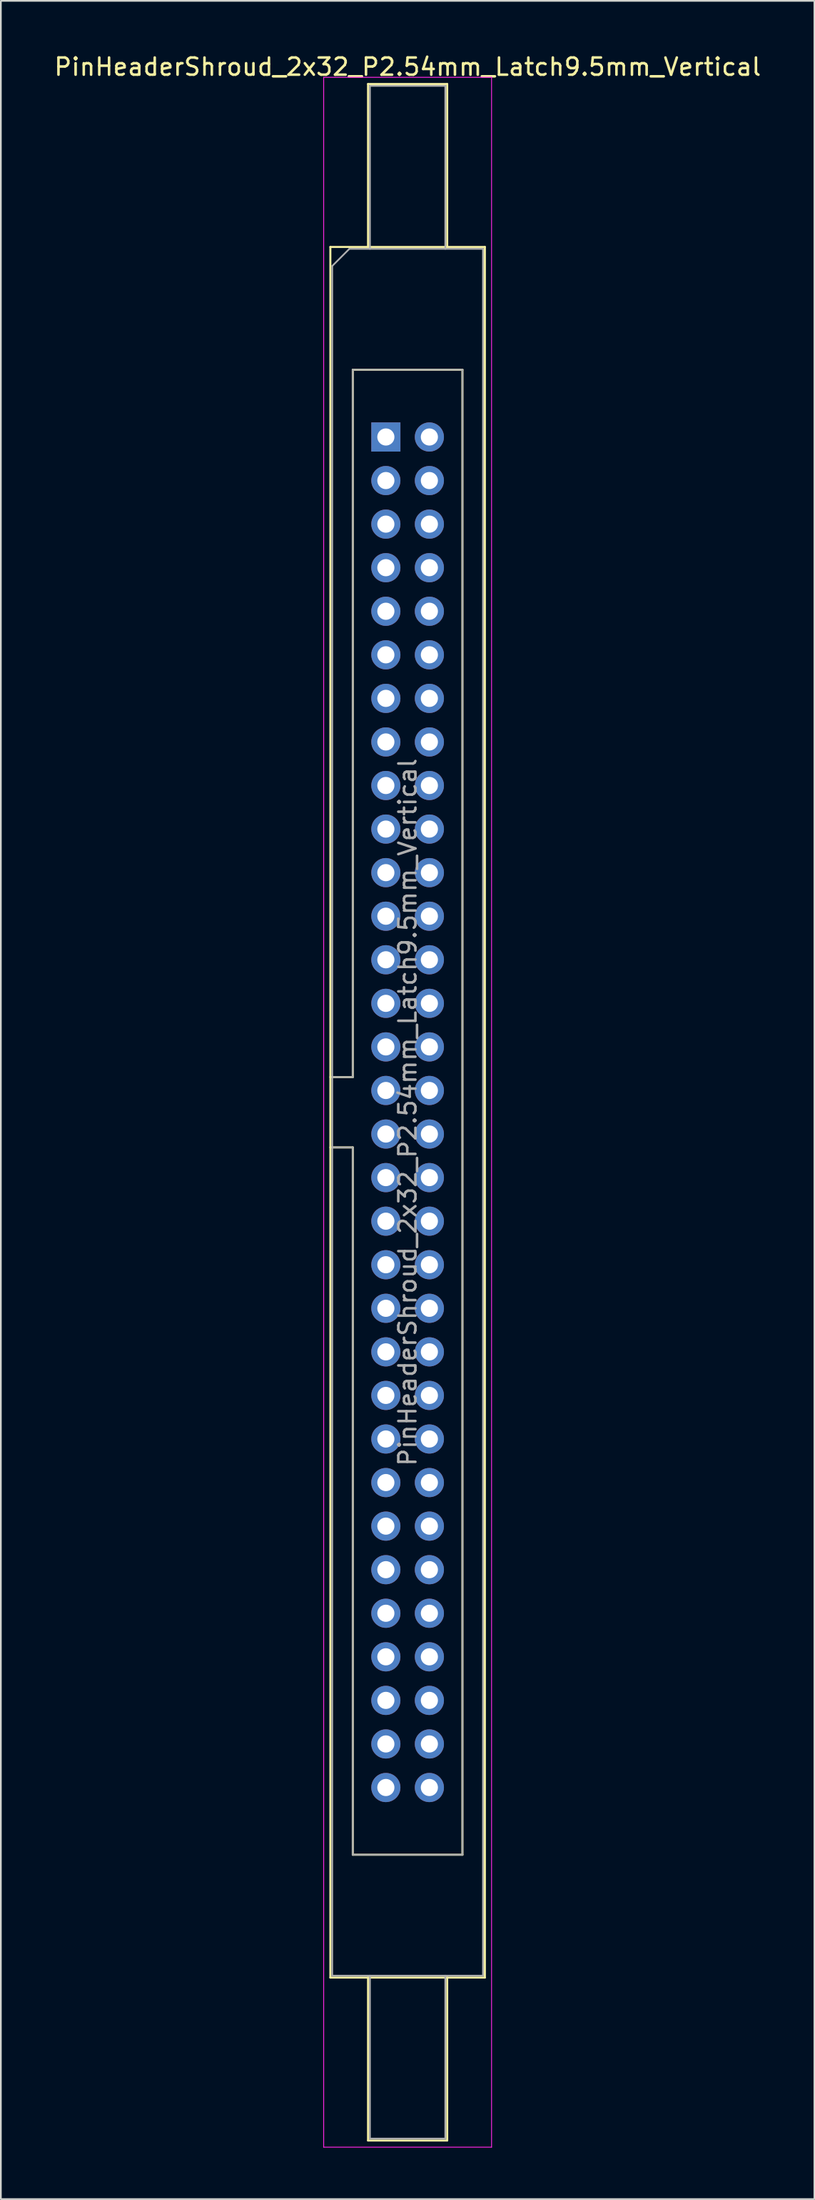
<source format=kicad_pcb>
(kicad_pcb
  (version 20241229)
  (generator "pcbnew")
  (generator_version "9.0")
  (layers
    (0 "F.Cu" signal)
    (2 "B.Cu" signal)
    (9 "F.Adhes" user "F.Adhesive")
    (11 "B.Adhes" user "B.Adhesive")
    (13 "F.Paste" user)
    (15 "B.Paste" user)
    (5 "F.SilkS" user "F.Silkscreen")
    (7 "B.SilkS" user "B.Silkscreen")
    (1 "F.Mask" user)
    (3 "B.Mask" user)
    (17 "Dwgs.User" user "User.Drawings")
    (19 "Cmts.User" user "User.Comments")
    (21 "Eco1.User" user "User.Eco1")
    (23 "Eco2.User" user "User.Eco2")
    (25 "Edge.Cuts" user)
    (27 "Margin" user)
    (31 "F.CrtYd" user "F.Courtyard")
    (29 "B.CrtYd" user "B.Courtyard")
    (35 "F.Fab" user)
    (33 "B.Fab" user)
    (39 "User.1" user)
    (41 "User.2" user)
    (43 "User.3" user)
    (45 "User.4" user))
  (footprint "PinHeaderShroud_2x32_P2.54mm_Latch9.5mm_Vertical"
    (layer "F.Cu")
    (at 19.474 22.428)
    (property "Reference" "PinHeaderShroud_2x32_P2.54mm_Latch9.5mm_Vertical" (at 1.27 -21.58 0) (layer "F.SilkS") (effects (font (size 1 1) (thickness 0.15))))
    (attr through_hole)
    (fp_line (start -3.24 -11.08) (end 5.78 -11.08) (stroke (width 0.12) (type solid)) (layer "F.SilkS"))
    (fp_line (start -3.24 37.32) (end -1.93 37.32) (stroke (width 0.12) (type solid)) (layer "F.SilkS"))
    (fp_line (start -3.24 41.42) (end -1.93 41.42) (stroke (width 0.12) (type solid)) (layer "F.SilkS"))
    (fp_line (start -3.24 89.82) (end -3.24 -11.08) (stroke (width 0.12) (type solid)) (layer "F.SilkS"))
    (fp_line (start -1.93 -3.92) (end 4.47 -3.92) (stroke (width 0.12) (type solid)) (layer "F.SilkS"))
    (fp_line (start -1.93 37.32) (end -1.93 -3.92) (stroke (width 0.12) (type solid)) (layer "F.SilkS"))
    (fp_line (start -1.93 82.66) (end -1.93 41.42) (stroke (width 0.12) (type solid)) (layer "F.SilkS"))
    (fp_line (start -1.04 -20.58) (end 3.58 -20.58) (stroke (width 0.12) (type solid)) (layer "F.SilkS"))
    (fp_line (start -1.04 -11.08) (end -1.04 -20.58) (stroke (width 0.12) (type solid)) (layer "F.SilkS"))
    (fp_line (start -1.04 89.82) (end -1.04 99.32) (stroke (width 0.12) (type solid)) (layer "F.SilkS"))
    (fp_line (start -1.04 99.32) (end 3.58 99.32) (stroke (width 0.12) (type solid)) (layer "F.SilkS"))
    (fp_line (start 3.58 -20.58) (end 3.58 -11.08) (stroke (width 0.12) (type solid)) (layer "F.SilkS"))
    (fp_line (start 3.58 99.32) (end 3.58 89.82) (stroke (width 0.12) (type solid)) (layer "F.SilkS"))
    (fp_line (start 4.47 -3.92) (end 4.47 82.66) (stroke (width 0.12) (type solid)) (layer "F.SilkS"))
    (fp_line (start 4.47 82.66) (end -1.93 82.66) (stroke (width 0.12) (type solid)) (layer "F.SilkS"))
    (fp_line (start 5.78 -11.08) (end 5.78 89.82) (stroke (width 0.12) (type solid)) (layer "F.SilkS"))
    (fp_line (start 5.78 89.82) (end -3.24 89.82) (stroke (width 0.12) (type solid)) (layer "F.SilkS"))
    (fp_line (start -3.63 -20.97) (end -3.63 99.71) (stroke (width 0.05) (type solid)) (layer "F.CrtYd"))
    (fp_line (start -3.63 99.71) (end 6.17 99.71) (stroke (width 0.05) (type solid)) (layer "F.CrtYd"))
    (fp_line (start 6.17 -20.97) (end -3.63 -20.97) (stroke (width 0.05) (type solid)) (layer "F.CrtYd"))
    (fp_line (start 6.17 99.71) (end 6.17 -20.97) (stroke (width 0.05) (type solid)) (layer "F.CrtYd"))
    (fp_line (start -3.13 -9.97) (end -2.13 -10.97) (stroke (width 0.1) (type solid)) (layer "F.Fab"))
    (fp_line (start -3.13 37.32) (end -1.93 37.32) (stroke (width 0.1) (type solid)) (layer "F.Fab"))
    (fp_line (start -3.13 41.42) (end -1.93 41.42) (stroke (width 0.1) (type solid)) (layer "F.Fab"))
    (fp_line (start -3.13 89.71) (end -3.13 -9.97) (stroke (width 0.1) (type solid)) (layer "F.Fab"))
    (fp_line (start -2.13 -10.97) (end 5.67 -10.97) (stroke (width 0.1) (type solid)) (layer "F.Fab"))
    (fp_line (start -1.93 -3.92) (end 4.47 -3.92) (stroke (width 0.1) (type solid)) (layer "F.Fab"))
    (fp_line (start -1.93 37.32) (end -1.93 -3.92) (stroke (width 0.1) (type solid)) (layer "F.Fab"))
    (fp_line (start -1.93 82.66) (end -1.93 41.42) (stroke (width 0.1) (type solid)) (layer "F.Fab"))
    (fp_line (start -0.93 -20.47) (end 3.47 -20.47) (stroke (width 0.1) (type solid)) (layer "F.Fab"))
    (fp_line (start -0.93 -10.97) (end -0.93 -20.47) (stroke (width 0.1) (type solid)) (layer "F.Fab"))
    (fp_line (start -0.93 89.71) (end -0.93 99.21) (stroke (width 0.1) (type solid)) (layer "F.Fab"))
    (fp_line (start -0.93 99.21) (end 3.47 99.21) (stroke (width 0.1) (type solid)) (layer "F.Fab"))
    (fp_line (start 3.47 -20.47) (end 3.47 -10.97) (stroke (width 0.1) (type solid)) (layer "F.Fab"))
    (fp_line (start 3.47 99.21) (end 3.47 89.71) (stroke (width 0.1) (type solid)) (layer "F.Fab"))
    (fp_line (start 4.47 -3.92) (end 4.47 82.66) (stroke (width 0.1) (type solid)) (layer "F.Fab"))
    (fp_line (start 4.47 82.66) (end -1.93 82.66) (stroke (width 0.1) (type solid)) (layer "F.Fab"))
    (fp_line (start 5.67 -10.97) (end 5.67 89.71) (stroke (width 0.1) (type solid)) (layer "F.Fab"))
    (fp_line (start 5.67 89.71) (end -3.13 89.71) (stroke (width 0.1) (type solid)) (layer "F.Fab"))
    (fp_text user "${REFERENCE}" (at 1.27 39.37 90) (layer "F.Fab") (effects (font (size 1 1) (thickness 0.15))))
    (pad "1" thru_hole rect (at 0 0) (size 1.7 1.7) (drill 1) (layers "*.Cu" "*.Mask"))
    (pad "2" thru_hole circle (at 2.54 0) (size 1.7 1.7) (drill 1) (layers "*.Cu" "*.Mask"))
    (pad "3" thru_hole circle (at 0 2.54) (size 1.7 1.7) (drill 1) (layers "*.Cu" "*.Mask"))
    (pad "4" thru_hole circle (at 2.54 2.54) (size 1.7 1.7) (drill 1) (layers "*.Cu" "*.Mask"))
    (pad "5" thru_hole circle (at 0 5.08) (size 1.7 1.7) (drill 1) (layers "*.Cu" "*.Mask"))
    (pad "6" thru_hole circle (at 2.54 5.08) (size 1.7 1.7) (drill 1) (layers "*.Cu" "*.Mask"))
    (pad "7" thru_hole circle (at 0 7.62) (size 1.7 1.7) (drill 1) (layers "*.Cu" "*.Mask"))
    (pad "8" thru_hole circle (at 2.54 7.62) (size 1.7 1.7) (drill 1) (layers "*.Cu" "*.Mask"))
    (pad "9" thru_hole circle (at 0 10.16) (size 1.7 1.7) (drill 1) (layers "*.Cu" "*.Mask"))
    (pad "10" thru_hole circle (at 2.54 10.16) (size 1.7 1.7) (drill 1) (layers "*.Cu" "*.Mask"))
    (pad "11" thru_hole circle (at 0 12.7) (size 1.7 1.7) (drill 1) (layers "*.Cu" "*.Mask"))
    (pad "12" thru_hole circle (at 2.54 12.7) (size 1.7 1.7) (drill 1) (layers "*.Cu" "*.Mask"))
    (pad "13" thru_hole circle (at 0 15.24) (size 1.7 1.7) (drill 1) (layers "*.Cu" "*.Mask"))
    (pad "14" thru_hole circle (at 2.54 15.24) (size 1.7 1.7) (drill 1) (layers "*.Cu" "*.Mask"))
    (pad "15" thru_hole circle (at 0 17.78) (size 1.7 1.7) (drill 1) (layers "*.Cu" "*.Mask"))
    (pad "16" thru_hole circle (at 2.54 17.78) (size 1.7 1.7) (drill 1) (layers "*.Cu" "*.Mask"))
    (pad "17" thru_hole circle (at 0 20.32) (size 1.7 1.7) (drill 1) (layers "*.Cu" "*.Mask"))
    (pad "18" thru_hole circle (at 2.54 20.32) (size 1.7 1.7) (drill 1) (layers "*.Cu" "*.Mask"))
    (pad "19" thru_hole circle (at 0 22.86) (size 1.7 1.7) (drill 1) (layers "*.Cu" "*.Mask"))
    (pad "20" thru_hole circle (at 2.54 22.86) (size 1.7 1.7) (drill 1) (layers "*.Cu" "*.Mask"))
    (pad "21" thru_hole circle (at 0 25.4) (size 1.7 1.7) (drill 1) (layers "*.Cu" "*.Mask"))
    (pad "22" thru_hole circle (at 2.54 25.4) (size 1.7 1.7) (drill 1) (layers "*.Cu" "*.Mask"))
    (pad "23" thru_hole circle (at 0 27.94) (size 1.7 1.7) (drill 1) (layers "*.Cu" "*.Mask"))
    (pad "24" thru_hole circle (at 2.54 27.94) (size 1.7 1.7) (drill 1) (layers "*.Cu" "*.Mask"))
    (pad "25" thru_hole circle (at 0 30.48) (size 1.7 1.7) (drill 1) (layers "*.Cu" "*.Mask"))
    (pad "26" thru_hole circle (at 2.54 30.48) (size 1.7 1.7) (drill 1) (layers "*.Cu" "*.Mask"))
    (pad "27" thru_hole circle (at 0 33.02) (size 1.7 1.7) (drill 1) (layers "*.Cu" "*.Mask"))
    (pad "28" thru_hole circle (at 2.54 33.02) (size 1.7 1.7) (drill 1) (layers "*.Cu" "*.Mask"))
    (pad "29" thru_hole circle (at 0 35.56) (size 1.7 1.7) (drill 1) (layers "*.Cu" "*.Mask"))
    (pad "30" thru_hole circle (at 2.54 35.56) (size 1.7 1.7) (drill 1) (layers "*.Cu" "*.Mask"))
    (pad "31" thru_hole circle (at 0 38.1) (size 1.7 1.7) (drill 1) (layers "*.Cu" "*.Mask"))
    (pad "32" thru_hole circle (at 2.54 38.1) (size 1.7 1.7) (drill 1) (layers "*.Cu" "*.Mask"))
    (pad "33" thru_hole circle (at 0 40.64) (size 1.7 1.7) (drill 1) (layers "*.Cu" "*.Mask"))
    (pad "34" thru_hole circle (at 2.54 40.64) (size 1.7 1.7) (drill 1) (layers "*.Cu" "*.Mask"))
    (pad "35" thru_hole circle (at 0 43.18) (size 1.7 1.7) (drill 1) (layers "*.Cu" "*.Mask"))
    (pad "36" thru_hole circle (at 2.54 43.18) (size 1.7 1.7) (drill 1) (layers "*.Cu" "*.Mask"))
    (pad "37" thru_hole circle (at 0 45.72) (size 1.7 1.7) (drill 1) (layers "*.Cu" "*.Mask"))
    (pad "38" thru_hole circle (at 2.54 45.72) (size 1.7 1.7) (drill 1) (layers "*.Cu" "*.Mask"))
    (pad "39" thru_hole circle (at 0 48.26) (size 1.7 1.7) (drill 1) (layers "*.Cu" "*.Mask"))
    (pad "40" thru_hole circle (at 2.54 48.26) (size 1.7 1.7) (drill 1) (layers "*.Cu" "*.Mask"))
    (pad "41" thru_hole circle (at 0 50.8) (size 1.7 1.7) (drill 1) (layers "*.Cu" "*.Mask"))
    (pad "42" thru_hole circle (at 2.54 50.8) (size 1.7 1.7) (drill 1) (layers "*.Cu" "*.Mask"))
    (pad "43" thru_hole circle (at 0 53.34) (size 1.7 1.7) (drill 1) (layers "*.Cu" "*.Mask"))
    (pad "44" thru_hole circle (at 2.54 53.34) (size 1.7 1.7) (drill 1) (layers "*.Cu" "*.Mask"))
    (pad "45" thru_hole circle (at 0 55.88) (size 1.7 1.7) (drill 1) (layers "*.Cu" "*.Mask"))
    (pad "46" thru_hole circle (at 2.54 55.88) (size 1.7 1.7) (drill 1) (layers "*.Cu" "*.Mask"))
    (pad "47" thru_hole circle (at 0 58.42) (size 1.7 1.7) (drill 1) (layers "*.Cu" "*.Mask"))
    (pad "48" thru_hole circle (at 2.54 58.42) (size 1.7 1.7) (drill 1) (layers "*.Cu" "*.Mask"))
    (pad "49" thru_hole circle (at 0 60.96) (size 1.7 1.7) (drill 1) (layers "*.Cu" "*.Mask"))
    (pad "50" thru_hole circle (at 2.54 60.96) (size 1.7 1.7) (drill 1) (layers "*.Cu" "*.Mask"))
    (pad "51" thru_hole circle (at 0 63.5) (size 1.7 1.7) (drill 1) (layers "*.Cu" "*.Mask"))
    (pad "52" thru_hole circle (at 2.54 63.5) (size 1.7 1.7) (drill 1) (layers "*.Cu" "*.Mask"))
    (pad "53" thru_hole circle (at 0 66.04) (size 1.7 1.7) (drill 1) (layers "*.Cu" "*.Mask"))
    (pad "54" thru_hole circle (at 2.54 66.04) (size 1.7 1.7) (drill 1) (layers "*.Cu" "*.Mask"))
    (pad "55" thru_hole circle (at 0 68.58) (size 1.7 1.7) (drill 1) (layers "*.Cu" "*.Mask"))
    (pad "56" thru_hole circle (at 2.54 68.58) (size 1.7 1.7) (drill 1) (layers "*.Cu" "*.Mask"))
    (pad "57" thru_hole circle (at 0 71.12) (size 1.7 1.7) (drill 1) (layers "*.Cu" "*.Mask"))
    (pad "58" thru_hole circle (at 2.54 71.12) (size 1.7 1.7) (drill 1) (layers "*.Cu" "*.Mask"))
    (pad "59" thru_hole circle (at 0 73.66) (size 1.7 1.7) (drill 1) (layers "*.Cu" "*.Mask"))
    (pad "60" thru_hole circle (at 2.54 73.66) (size 1.7 1.7) (drill 1) (layers "*.Cu" "*.Mask"))
    (pad "61" thru_hole circle (at 0 76.2) (size 1.7 1.7) (drill 1) (layers "*.Cu" "*.Mask"))
    (pad "62" thru_hole circle (at 2.54 76.2) (size 1.7 1.7) (drill 1) (layers "*.Cu" "*.Mask"))
    (pad "63" thru_hole circle (at 0 78.74) (size 1.7 1.7) (drill 1) (layers "*.Cu" "*.Mask"))
    (pad "64" thru_hole circle (at 2.54 78.74) (size 1.7 1.7) (drill 1) (layers "*.Cu" "*.Mask")))
  (gr_rect
    (start -3 -3)
    (end 44.488 125.163)
    (stroke (width 0.1) (type default))
    (fill no)
    (layer "Edge.Cuts")))
</source>
